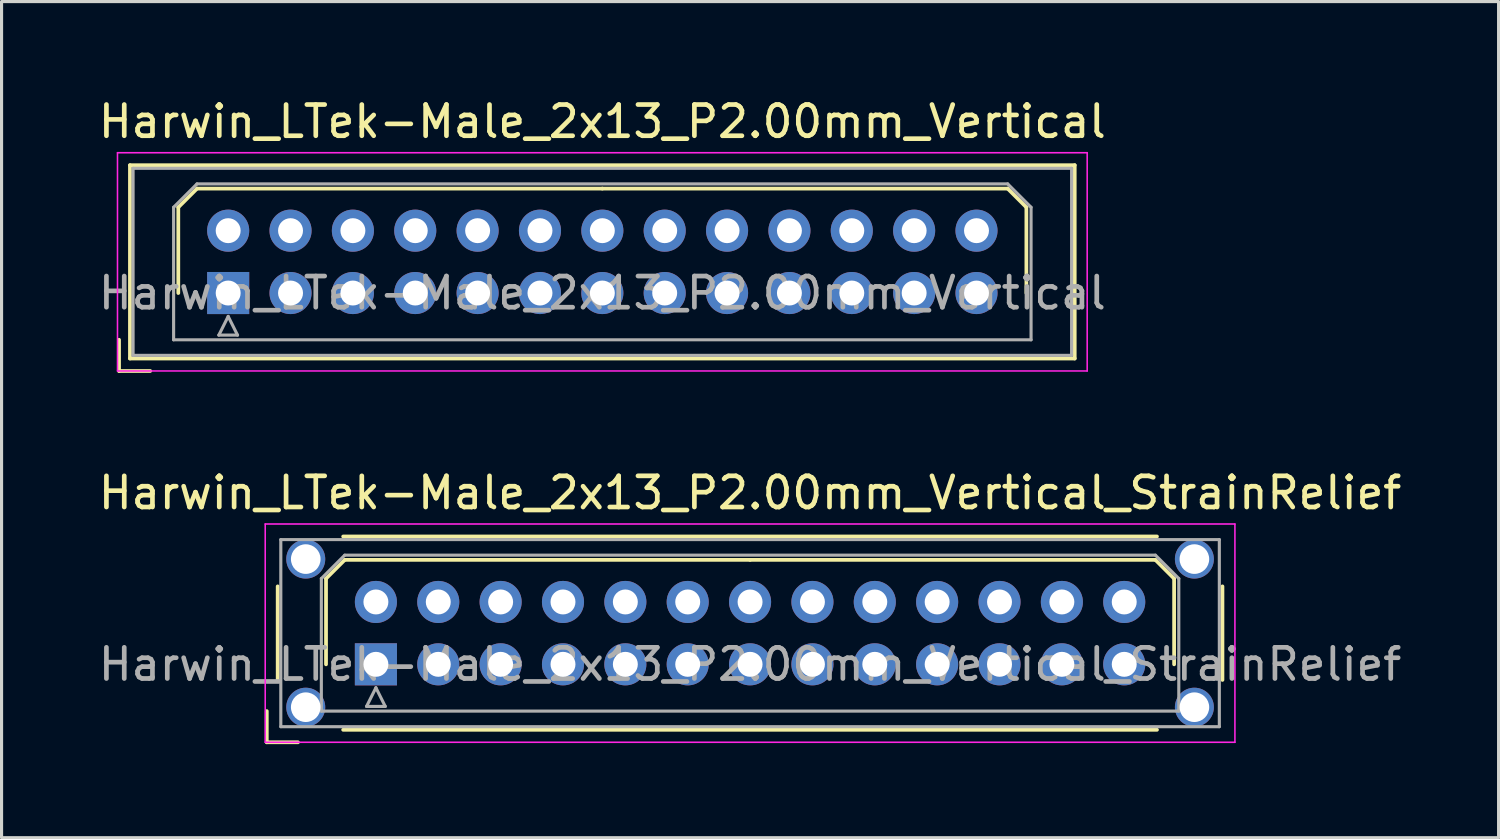
<source format=kicad_pcb>
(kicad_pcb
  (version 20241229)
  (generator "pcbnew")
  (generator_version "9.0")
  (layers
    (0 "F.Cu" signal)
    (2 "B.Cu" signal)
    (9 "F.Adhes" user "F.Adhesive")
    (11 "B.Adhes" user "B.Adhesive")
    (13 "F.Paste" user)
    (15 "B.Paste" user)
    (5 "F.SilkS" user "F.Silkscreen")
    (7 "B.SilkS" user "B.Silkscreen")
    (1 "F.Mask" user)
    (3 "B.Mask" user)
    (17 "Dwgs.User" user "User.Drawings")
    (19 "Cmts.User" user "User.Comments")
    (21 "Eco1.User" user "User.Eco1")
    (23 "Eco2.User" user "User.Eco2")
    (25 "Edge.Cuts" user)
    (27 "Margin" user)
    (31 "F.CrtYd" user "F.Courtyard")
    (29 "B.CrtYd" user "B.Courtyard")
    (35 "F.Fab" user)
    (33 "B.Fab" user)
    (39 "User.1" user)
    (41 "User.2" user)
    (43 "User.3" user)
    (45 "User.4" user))
  (footprint "Harwin_LTek-Male_2x13_P2.00mm_Vertical_StrainRelief"
    (layer "F.Cu")
    (at 9.006 18.256)
    (property "Reference" "Harwin_LTek-Male_2x13_P2.00mm_Vertical_StrainRelief" (at 12 -5.5 0) (layer "F.SilkS") (effects (font (size 1 1) (thickness 0.15))))
    (attr through_hole)
    (fp_line (start -3.5 1.5) (end -3.5 2.5) (stroke (width 0.12) (type solid)) (layer "F.SilkS"))
    (fp_line (start -3.5 2.5) (end -2.5 2.5) (stroke (width 0.12) (type solid)) (layer "F.SilkS"))
    (fp_line (start -3.15 -2.5) (end -3.15 0.5) (stroke (width 0.12) (type solid)) (layer "F.SilkS"))
    (fp_line (start -1.6 -2.75) (end -1 -3.35) (stroke (width 0.12) (type solid)) (layer "F.SilkS"))
    (fp_line (start -1.6 0) (end -1.6 -2.75) (stroke (width 0.12) (type solid)) (layer "F.SilkS"))
    (fp_line (start -1.05 -4.1) (end 25.05 -4.1) (stroke (width 0.12) (type solid)) (layer "F.SilkS"))
    (fp_line (start -1.05 2.1) (end 25.05 2.1) (stroke (width 0.12) (type solid)) (layer "F.SilkS"))
    (fp_line (start -1 -3.35) (end 12 -3.35) (stroke (width 0.12) (type solid)) (layer "F.SilkS"))
    (fp_line (start 25 -3.35) (end 12 -3.35) (stroke (width 0.12) (type solid)) (layer "F.SilkS"))
    (fp_line (start 25.6 -2.75) (end 25 -3.35) (stroke (width 0.12) (type solid)) (layer "F.SilkS"))
    (fp_line (start 25.6 0) (end 25.6 -2.75) (stroke (width 0.12) (type solid)) (layer "F.SilkS"))
    (fp_line (start 27.15 -2.5) (end 27.15 0.5) (stroke (width 0.12) (type solid)) (layer "F.SilkS"))
    (fp_line (start -3.55 -4.5) (end -3.55 2.5) (stroke (width 0.05) (type solid)) (layer "F.CrtYd"))
    (fp_line (start -3.55 2.5) (end 27.55 2.5) (stroke (width 0.05) (type solid)) (layer "F.CrtYd"))
    (fp_line (start 27.55 -4.5) (end -3.55 -4.5) (stroke (width 0.05) (type solid)) (layer "F.CrtYd"))
    (fp_line (start 27.55 2.5) (end 27.55 -4.5) (stroke (width 0.05) (type solid)) (layer "F.CrtYd"))
    (fp_line (start -3.05 -4) (end -3.05 2) (stroke (width 0.1) (type solid)) (layer "F.Fab"))
    (fp_line (start -3.05 2) (end 27.05 2) (stroke (width 0.1) (type solid)) (layer "F.Fab"))
    (fp_line (start -1.75 -2.75) (end -1 -3.5) (stroke (width 0.1) (type solid)) (layer "F.Fab"))
    (fp_line (start -1.75 1.5) (end -1.75 -2.75) (stroke (width 0.1) (type solid)) (layer "F.Fab"))
    (fp_line (start -1 -3.5) (end 25 -3.5) (stroke (width 0.1) (type solid)) (layer "F.Fab"))
    (fp_line (start -0.3 1.35) (end 0.3 1.35) (stroke (width 0.1) (type solid)) (layer "F.Fab"))
    (fp_line (start 0 0.75) (end -0.3 1.35) (stroke (width 0.1) (type solid)) (layer "F.Fab"))
    (fp_line (start 0.3 1.35) (end 0 0.75) (stroke (width 0.1) (type solid)) (layer "F.Fab"))
    (fp_line (start 25 -3.5) (end 25.75 -2.75) (stroke (width 0.1) (type solid)) (layer "F.Fab"))
    (fp_line (start 25.75 -2.75) (end 25.75 1.5) (stroke (width 0.1) (type solid)) (layer "F.Fab"))
    (fp_line (start 25.75 1.5) (end -1.75 1.5) (stroke (width 0.1) (type solid)) (layer "F.Fab"))
    (fp_line (start 27.05 -4) (end -3.05 -4) (stroke (width 0.1) (type solid)) (layer "F.Fab"))
    (fp_line (start 27.05 2) (end 27.05 -4) (stroke (width 0.1) (type solid)) (layer "F.Fab"))
    (fp_text user "${REFERENCE}" (at 12 0 0) (layer "F.Fab") (effects (font (size 1 1) (thickness 0.15))))
    (pad "" thru_hole circle (at -2.25 -3.375) (size 1.25 1.25) (drill 0.95) (layers "*.Cu" "*.Mask"))
    (pad "" thru_hole circle (at -2.25 1.375) (size 1.25 1.25) (drill 0.95) (layers "*.Cu" "*.Mask"))
    (pad "" thru_hole circle (at 26.25 -3.375) (size 1.25 1.25) (drill 0.95) (layers "*.Cu" "*.Mask"))
    (pad "" thru_hole circle (at 26.25 1.375) (size 1.25 1.25) (drill 0.95) (layers "*.Cu" "*.Mask"))
    (pad "1" thru_hole rect (at 0 0) (size 1.35 1.35) (drill 0.8) (layers "*.Cu" "*.Mask"))
    (pad "2" thru_hole circle (at 0 -2) (size 1.35 1.35) (drill 0.8) (layers "*.Cu" "*.Mask"))
    (pad "3" thru_hole circle (at 2 0) (size 1.35 1.35) (drill 0.8) (layers "*.Cu" "*.Mask"))
    (pad "4" thru_hole circle (at 2 -2) (size 1.35 1.35) (drill 0.8) (layers "*.Cu" "*.Mask"))
    (pad "5" thru_hole circle (at 4 0) (size 1.35 1.35) (drill 0.8) (layers "*.Cu" "*.Mask"))
    (pad "6" thru_hole circle (at 4 -2) (size 1.35 1.35) (drill 0.8) (layers "*.Cu" "*.Mask"))
    (pad "7" thru_hole circle (at 6 0) (size 1.35 1.35) (drill 0.8) (layers "*.Cu" "*.Mask"))
    (pad "8" thru_hole circle (at 6 -2) (size 1.35 1.35) (drill 0.8) (layers "*.Cu" "*.Mask"))
    (pad "9" thru_hole circle (at 8 0) (size 1.35 1.35) (drill 0.8) (layers "*.Cu" "*.Mask"))
    (pad "10" thru_hole circle (at 8 -2) (size 1.35 1.35) (drill 0.8) (layers "*.Cu" "*.Mask"))
    (pad "11" thru_hole circle (at 10 0) (size 1.35 1.35) (drill 0.8) (layers "*.Cu" "*.Mask"))
    (pad "12" thru_hole circle (at 10 -2) (size 1.35 1.35) (drill 0.8) (layers "*.Cu" "*.Mask"))
    (pad "13" thru_hole circle (at 12 0) (size 1.35 1.35) (drill 0.8) (layers "*.Cu" "*.Mask"))
    (pad "14" thru_hole circle (at 12 -2) (size 1.35 1.35) (drill 0.8) (layers "*.Cu" "*.Mask"))
    (pad "15" thru_hole circle (at 14 0) (size 1.35 1.35) (drill 0.8) (layers "*.Cu" "*.Mask"))
    (pad "16" thru_hole circle (at 14 -2) (size 1.35 1.35) (drill 0.8) (layers "*.Cu" "*.Mask"))
    (pad "17" thru_hole circle (at 16 0) (size 1.35 1.35) (drill 0.8) (layers "*.Cu" "*.Mask"))
    (pad "18" thru_hole circle (at 16 -2) (size 1.35 1.35) (drill 0.8) (layers "*.Cu" "*.Mask"))
    (pad "19" thru_hole circle (at 18 0) (size 1.35 1.35) (drill 0.8) (layers "*.Cu" "*.Mask"))
    (pad "20" thru_hole circle (at 18 -2) (size 1.35 1.35) (drill 0.8) (layers "*.Cu" "*.Mask"))
    (pad "21" thru_hole circle (at 20 0) (size 1.35 1.35) (drill 0.8) (layers "*.Cu" "*.Mask"))
    (pad "22" thru_hole circle (at 20 -2) (size 1.35 1.35) (drill 0.8) (layers "*.Cu" "*.Mask"))
    (pad "23" thru_hole circle (at 22 0) (size 1.35 1.35) (drill 0.8) (layers "*.Cu" "*.Mask"))
    (pad "24" thru_hole circle (at 22 -2) (size 1.35 1.35) (drill 0.8) (layers "*.Cu" "*.Mask"))
    (pad "25" thru_hole circle (at 24 0) (size 1.35 1.35) (drill 0.8) (layers "*.Cu" "*.Mask"))
    (pad "26" thru_hole circle (at 24 -2) (size 1.35 1.35) (drill 0.8) (layers "*.Cu" "*.Mask")))
  (footprint "Harwin_LTek-Male_2x13_P2.00mm_Vertical"
    (layer "F.Cu")
    (at 4.268 6.348)
    (property "Reference" "Harwin_LTek-Male_2x13_P2.00mm_Vertical" (at 12 -5.5 0) (layer "F.SilkS") (effects (font (size 1 1) (thickness 0.15))))
    (attr through_hole)
    (fp_line (start -3.5 1.5) (end -3.5 2.5) (stroke (width 0.12) (type solid)) (layer "F.SilkS"))
    (fp_line (start -3.5 2.5) (end -2.5 2.5) (stroke (width 0.12) (type solid)) (layer "F.SilkS"))
    (fp_line (start -3.15 -4.1) (end -3.15 2.1) (stroke (width 0.12) (type solid)) (layer "F.SilkS"))
    (fp_line (start -3.15 2.1) (end 27.15 2.1) (stroke (width 0.12) (type solid)) (layer "F.SilkS"))
    (fp_line (start -1.6 -2.75) (end -1 -3.35) (stroke (width 0.12) (type solid)) (layer "F.SilkS"))
    (fp_line (start -1.6 0) (end -1.6 -2.75) (stroke (width 0.12) (type solid)) (layer "F.SilkS"))
    (fp_line (start -1 -3.35) (end 12 -3.35) (stroke (width 0.12) (type solid)) (layer "F.SilkS"))
    (fp_line (start 25 -3.35) (end 12 -3.35) (stroke (width 0.12) (type solid)) (layer "F.SilkS"))
    (fp_line (start 25.6 -2.75) (end 25 -3.35) (stroke (width 0.12) (type solid)) (layer "F.SilkS"))
    (fp_line (start 25.6 0) (end 25.6 -2.75) (stroke (width 0.12) (type solid)) (layer "F.SilkS"))
    (fp_line (start 27.15 -4.1) (end -3.15 -4.1) (stroke (width 0.12) (type solid)) (layer "F.SilkS"))
    (fp_line (start 27.15 2.1) (end 27.15 -4.1) (stroke (width 0.12) (type solid)) (layer "F.SilkS"))
    (fp_line (start -3.55 -4.5) (end -3.55 2.5) (stroke (width 0.05) (type solid)) (layer "F.CrtYd"))
    (fp_line (start -3.55 2.5) (end 27.55 2.5) (stroke (width 0.05) (type solid)) (layer "F.CrtYd"))
    (fp_line (start 27.55 -4.5) (end -3.55 -4.5) (stroke (width 0.05) (type solid)) (layer "F.CrtYd"))
    (fp_line (start 27.55 2.5) (end 27.55 -4.5) (stroke (width 0.05) (type solid)) (layer "F.CrtYd"))
    (fp_line (start -3.05 -4) (end -3.05 2) (stroke (width 0.1) (type solid)) (layer "F.Fab"))
    (fp_line (start -3.05 2) (end 27.05 2) (stroke (width 0.1) (type solid)) (layer "F.Fab"))
    (fp_line (start -1.75 -2.75) (end -1 -3.5) (stroke (width 0.1) (type solid)) (layer "F.Fab"))
    (fp_line (start -1.75 1.5) (end -1.75 -2.75) (stroke (width 0.1) (type solid)) (layer "F.Fab"))
    (fp_line (start -1 -3.5) (end 25 -3.5) (stroke (width 0.1) (type solid)) (layer "F.Fab"))
    (fp_line (start -0.3 1.35) (end 0.3 1.35) (stroke (width 0.1) (type solid)) (layer "F.Fab"))
    (fp_line (start 0 0.75) (end -0.3 1.35) (stroke (width 0.1) (type solid)) (layer "F.Fab"))
    (fp_line (start 0.3 1.35) (end 0 0.75) (stroke (width 0.1) (type solid)) (layer "F.Fab"))
    (fp_line (start 25 -3.5) (end 25.75 -2.75) (stroke (width 0.1) (type solid)) (layer "F.Fab"))
    (fp_line (start 25.75 -2.75) (end 25.75 1.5) (stroke (width 0.1) (type solid)) (layer "F.Fab"))
    (fp_line (start 25.75 1.5) (end -1.75 1.5) (stroke (width 0.1) (type solid)) (layer "F.Fab"))
    (fp_line (start 27.05 -4) (end -3.05 -4) (stroke (width 0.1) (type solid)) (layer "F.Fab"))
    (fp_line (start 27.05 2) (end 27.05 -4) (stroke (width 0.1) (type solid)) (layer "F.Fab"))
    (fp_text user "${REFERENCE}" (at 12 0 0) (layer "F.Fab") (effects (font (size 1 1) (thickness 0.15))))
    (pad "1" thru_hole rect (at 0 0) (size 1.35 1.35) (drill 0.8) (layers "*.Cu" "*.Mask"))
    (pad "2" thru_hole circle (at 0 -2) (size 1.35 1.35) (drill 0.8) (layers "*.Cu" "*.Mask"))
    (pad "3" thru_hole circle (at 2 0) (size 1.35 1.35) (drill 0.8) (layers "*.Cu" "*.Mask"))
    (pad "4" thru_hole circle (at 2 -2) (size 1.35 1.35) (drill 0.8) (layers "*.Cu" "*.Mask"))
    (pad "5" thru_hole circle (at 4 0) (size 1.35 1.35) (drill 0.8) (layers "*.Cu" "*.Mask"))
    (pad "6" thru_hole circle (at 4 -2) (size 1.35 1.35) (drill 0.8) (layers "*.Cu" "*.Mask"))
    (pad "7" thru_hole circle (at 6 0) (size 1.35 1.35) (drill 0.8) (layers "*.Cu" "*.Mask"))
    (pad "8" thru_hole circle (at 6 -2) (size 1.35 1.35) (drill 0.8) (layers "*.Cu" "*.Mask"))
    (pad "9" thru_hole circle (at 8 0) (size 1.35 1.35) (drill 0.8) (layers "*.Cu" "*.Mask"))
    (pad "10" thru_hole circle (at 8 -2) (size 1.35 1.35) (drill 0.8) (layers "*.Cu" "*.Mask"))
    (pad "11" thru_hole circle (at 10 0) (size 1.35 1.35) (drill 0.8) (layers "*.Cu" "*.Mask"))
    (pad "12" thru_hole circle (at 10 -2) (size 1.35 1.35) (drill 0.8) (layers "*.Cu" "*.Mask"))
    (pad "13" thru_hole circle (at 12 0) (size 1.35 1.35) (drill 0.8) (layers "*.Cu" "*.Mask"))
    (pad "14" thru_hole circle (at 12 -2) (size 1.35 1.35) (drill 0.8) (layers "*.Cu" "*.Mask"))
    (pad "15" thru_hole circle (at 14 0) (size 1.35 1.35) (drill 0.8) (layers "*.Cu" "*.Mask"))
    (pad "16" thru_hole circle (at 14 -2) (size 1.35 1.35) (drill 0.8) (layers "*.Cu" "*.Mask"))
    (pad "17" thru_hole circle (at 16 0) (size 1.35 1.35) (drill 0.8) (layers "*.Cu" "*.Mask"))
    (pad "18" thru_hole circle (at 16 -2) (size 1.35 1.35) (drill 0.8) (layers "*.Cu" "*.Mask"))
    (pad "19" thru_hole circle (at 18 0) (size 1.35 1.35) (drill 0.8) (layers "*.Cu" "*.Mask"))
    (pad "20" thru_hole circle (at 18 -2) (size 1.35 1.35) (drill 0.8) (layers "*.Cu" "*.Mask"))
    (pad "21" thru_hole circle (at 20 0) (size 1.35 1.35) (drill 0.8) (layers "*.Cu" "*.Mask"))
    (pad "22" thru_hole circle (at 20 -2) (size 1.35 1.35) (drill 0.8) (layers "*.Cu" "*.Mask"))
    (pad "23" thru_hole circle (at 22 0) (size 1.35 1.35) (drill 0.8) (layers "*.Cu" "*.Mask"))
    (pad "24" thru_hole circle (at 22 -2) (size 1.35 1.35) (drill 0.8) (layers "*.Cu" "*.Mask"))
    (pad "25" thru_hole circle (at 24 0) (size 1.35 1.35) (drill 0.8) (layers "*.Cu" "*.Mask"))
    (pad "26" thru_hole circle (at 24 -2) (size 1.35 1.35) (drill 0.8) (layers "*.Cu" "*.Mask")))
  (gr_rect
    (start -3 -3)
    (end 45.012 23.817)
    (stroke (width 0.1) (type default))
    (fill no)
    (layer "Edge.Cuts")))
</source>
